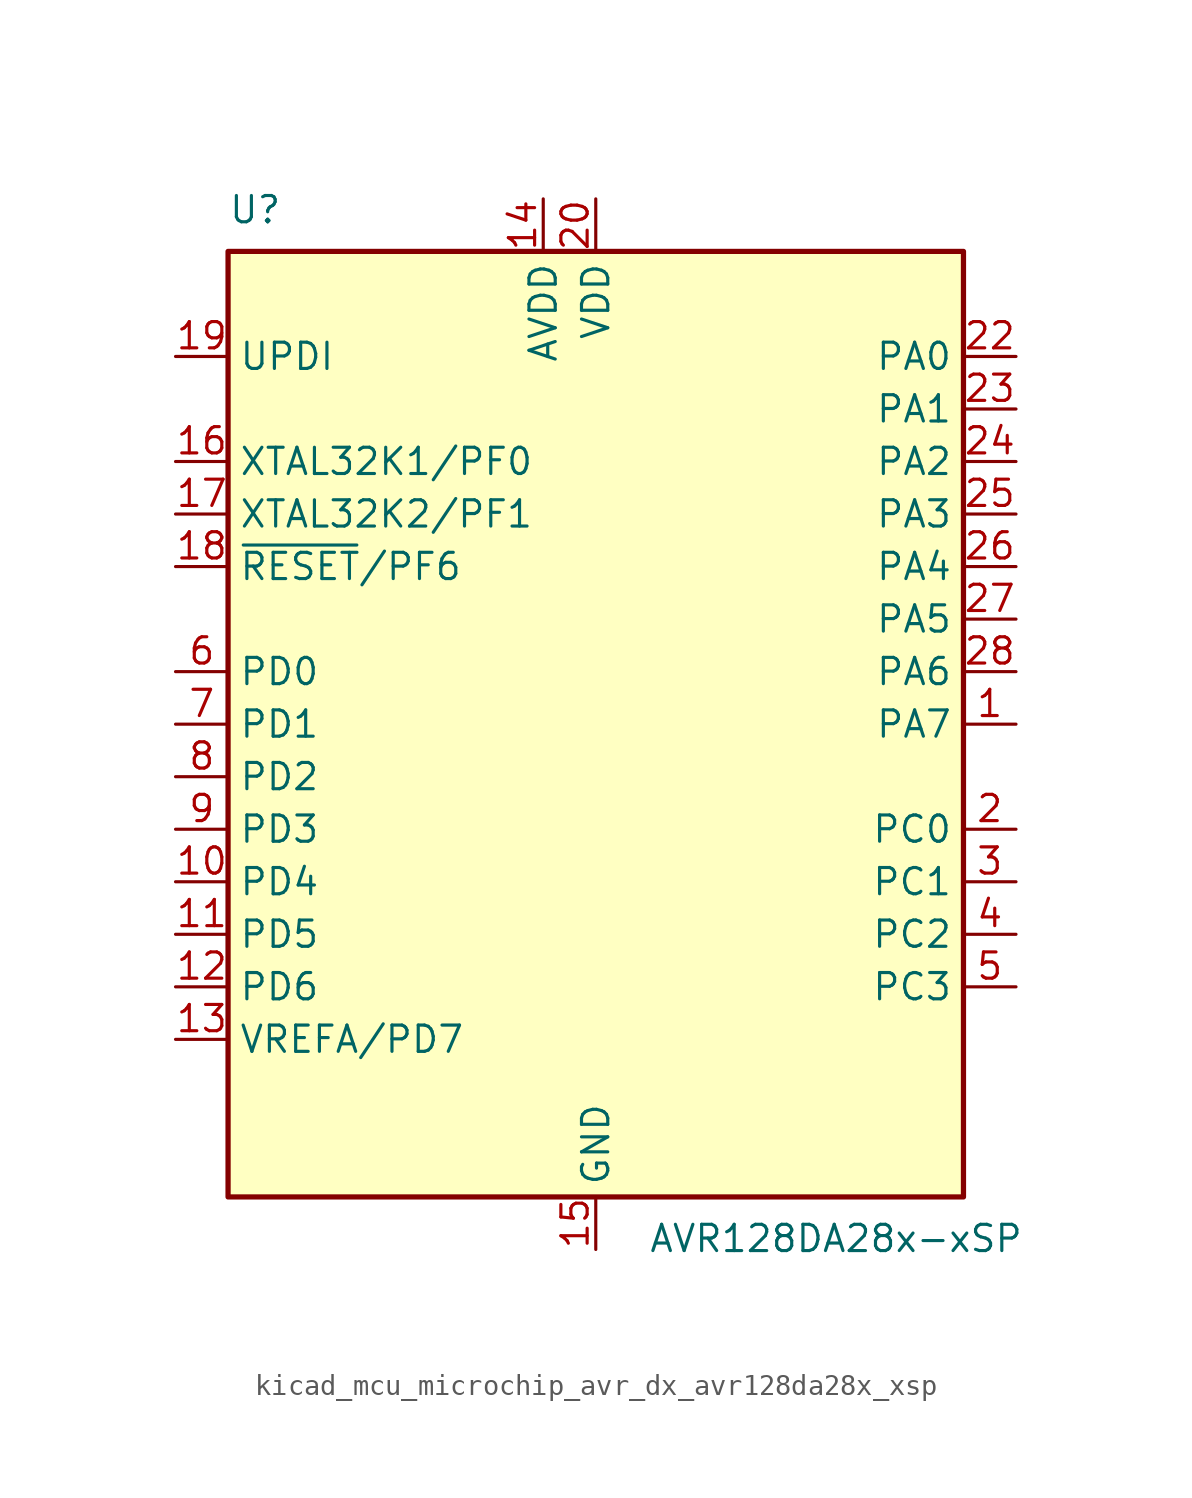
<source format=kicad_sym>
(kicad_symbol_lib
  (version 20220914)
  (generator kicad_symbol_editor)
  (symbol "kicad_mcu_microchip_avr_dx_avr128da28x_xsp"
    (property "Reference" "U"
      (at -17.78 24.13 0)
      (effects (font (size 1.27 1.27)) (justify left bottom)))
    (property "Value" "AVR128DA28x-xSP"
      (at 2.54 -24.13 0)
      (effects (font (size 1.27 1.27)) (justify left top)))
    (symbol "kicad_mcu_microchip_avr_dx_avr128da28x_xsp_0_1"
      (rectangle (start -17.78 22.86) (end 17.78 -22.86) (stroke (width 0.254) (type default)) (fill (type background))))
    (symbol "kicad_mcu_microchip_avr_dx_avr128da28x_xsp_1_1"
      (pin bidirectional line (at 20.32 0 180) (length 2.54) (name "PA7" (effects (font (size 1.27 1.27)))) (number "1" (effects (font (size 1.27 1.27)))))
      (pin bidirectional line (at -20.32 -7.62 0) (length 2.54) (name "PD4" (effects (font (size 1.27 1.27)))) (number "10" (effects (font (size 1.27 1.27)))))
      (pin bidirectional line (at -20.32 -10.16 0) (length 2.54) (name "PD5" (effects (font (size 1.27 1.27)))) (number "11" (effects (font (size 1.27 1.27)))))
      (pin bidirectional line (at -20.32 -12.7 0) (length 2.54) (name "PD6" (effects (font (size 1.27 1.27)))) (number "12" (effects (font (size 1.27 1.27)))))
      (pin bidirectional line (at -20.32 -15.24 0) (length 2.54) (name "VREFA/PD7" (effects (font (size 1.27 1.27)))) (number "13" (effects (font (size 1.27 1.27)))))
      (pin power_in line (at -2.54 25.4 270) (length 2.54) (name "AVDD" (effects (font (size 1.27 1.27)))) (number "14" (effects (font (size 1.27 1.27)))))
      (pin power_in line (at 0 -25.4 90) (length 2.54) (name "GND" (effects (font (size 1.27 1.27)))) (number "15" (effects (font (size 1.27 1.27)))))
      (pin bidirectional line (at -20.32 12.7 0) (length 2.54) (name "XTAL32K1/PF0" (effects (font (size 1.27 1.27)))) (number "16" (effects (font (size 1.27 1.27)))))
      (pin bidirectional line (at -20.32 10.16 0) (length 2.54) (name "XTAL32K2/PF1" (effects (font (size 1.27 1.27)))) (number "17" (effects (font (size 1.27 1.27)))))
      (pin bidirectional line (at -20.32 7.62 0) (length 2.54) (name "~{RESET}/PF6" (effects (font (size 1.27 1.27)))) (number "18" (effects (font (size 1.27 1.27)))))
      (pin input line (at -20.32 17.78 0) (length 2.54) (name "UPDI" (effects (font (size 1.27 1.27)))) (number "19" (effects (font (size 1.27 1.27)))))
      (pin bidirectional line (at 20.32 -5.08 180) (length 2.54) (name "PC0" (effects (font (size 1.27 1.27)))) (number "2" (effects (font (size 1.27 1.27)))))
      (pin power_in line (at 0 25.4 270) (length 2.54) (name "VDD" (effects (font (size 1.27 1.27)))) (number "20" (effects (font (size 1.27 1.27)))))
      (pin passive line (at 0 -25.4 90) (length 2.54) hide (name "GND" (effects (font (size 1.27 1.27)))) (number "21" (effects (font (size 1.27 1.27)))))
      (pin bidirectional line (at 20.32 17.78 180) (length 2.54) (name "PA0" (effects (font (size 1.27 1.27)))) (number "22" (effects (font (size 1.27 1.27)))))
      (pin bidirectional line (at 20.32 15.24 180) (length 2.54) (name "PA1" (effects (font (size 1.27 1.27)))) (number "23" (effects (font (size 1.27 1.27)))))
      (pin bidirectional line (at 20.32 12.7 180) (length 2.54) (name "PA2" (effects (font (size 1.27 1.27)))) (number "24" (effects (font (size 1.27 1.27)))))
      (pin bidirectional line (at 20.32 10.16 180) (length 2.54) (name "PA3" (effects (font (size 1.27 1.27)))) (number "25" (effects (font (size 1.27 1.27)))))
      (pin bidirectional line (at 20.32 7.62 180) (length 2.54) (name "PA4" (effects (font (size 1.27 1.27)))) (number "26" (effects (font (size 1.27 1.27)))))
      (pin bidirectional line (at 20.32 5.08 180) (length 2.54) (name "PA5" (effects (font (size 1.27 1.27)))) (number "27" (effects (font (size 1.27 1.27)))))
      (pin bidirectional line (at 20.32 2.54 180) (length 2.54) (name "PA6" (effects (font (size 1.27 1.27)))) (number "28" (effects (font (size 1.27 1.27)))))
      (pin bidirectional line (at 20.32 -7.62 180) (length 2.54) (name "PC1" (effects (font (size 1.27 1.27)))) (number "3" (effects (font (size 1.27 1.27)))))
      (pin bidirectional line (at 20.32 -10.16 180) (length 2.54) (name "PC2" (effects (font (size 1.27 1.27)))) (number "4" (effects (font (size 1.27 1.27)))))
      (pin bidirectional line (at 20.32 -12.7 180) (length 2.54) (name "PC3" (effects (font (size 1.27 1.27)))) (number "5" (effects (font (size 1.27 1.27)))))
      (pin bidirectional line (at -20.32 2.54 0) (length 2.54) (name "PD0" (effects (font (size 1.27 1.27)))) (number "6" (effects (font (size 1.27 1.27)))))
      (pin bidirectional line (at -20.32 0 0) (length 2.54) (name "PD1" (effects (font (size 1.27 1.27)))) (number "7" (effects (font (size 1.27 1.27)))))
      (pin bidirectional line (at -20.32 -2.54 0) (length 2.54) (name "PD2" (effects (font (size 1.27 1.27)))) (number "8" (effects (font (size 1.27 1.27)))))
      (pin bidirectional line (at -20.32 -5.08 0) (length 2.54) (name "PD3" (effects (font (size 1.27 1.27)))) (number "9" (effects (font (size 1.27 1.27))))))))
</source>
